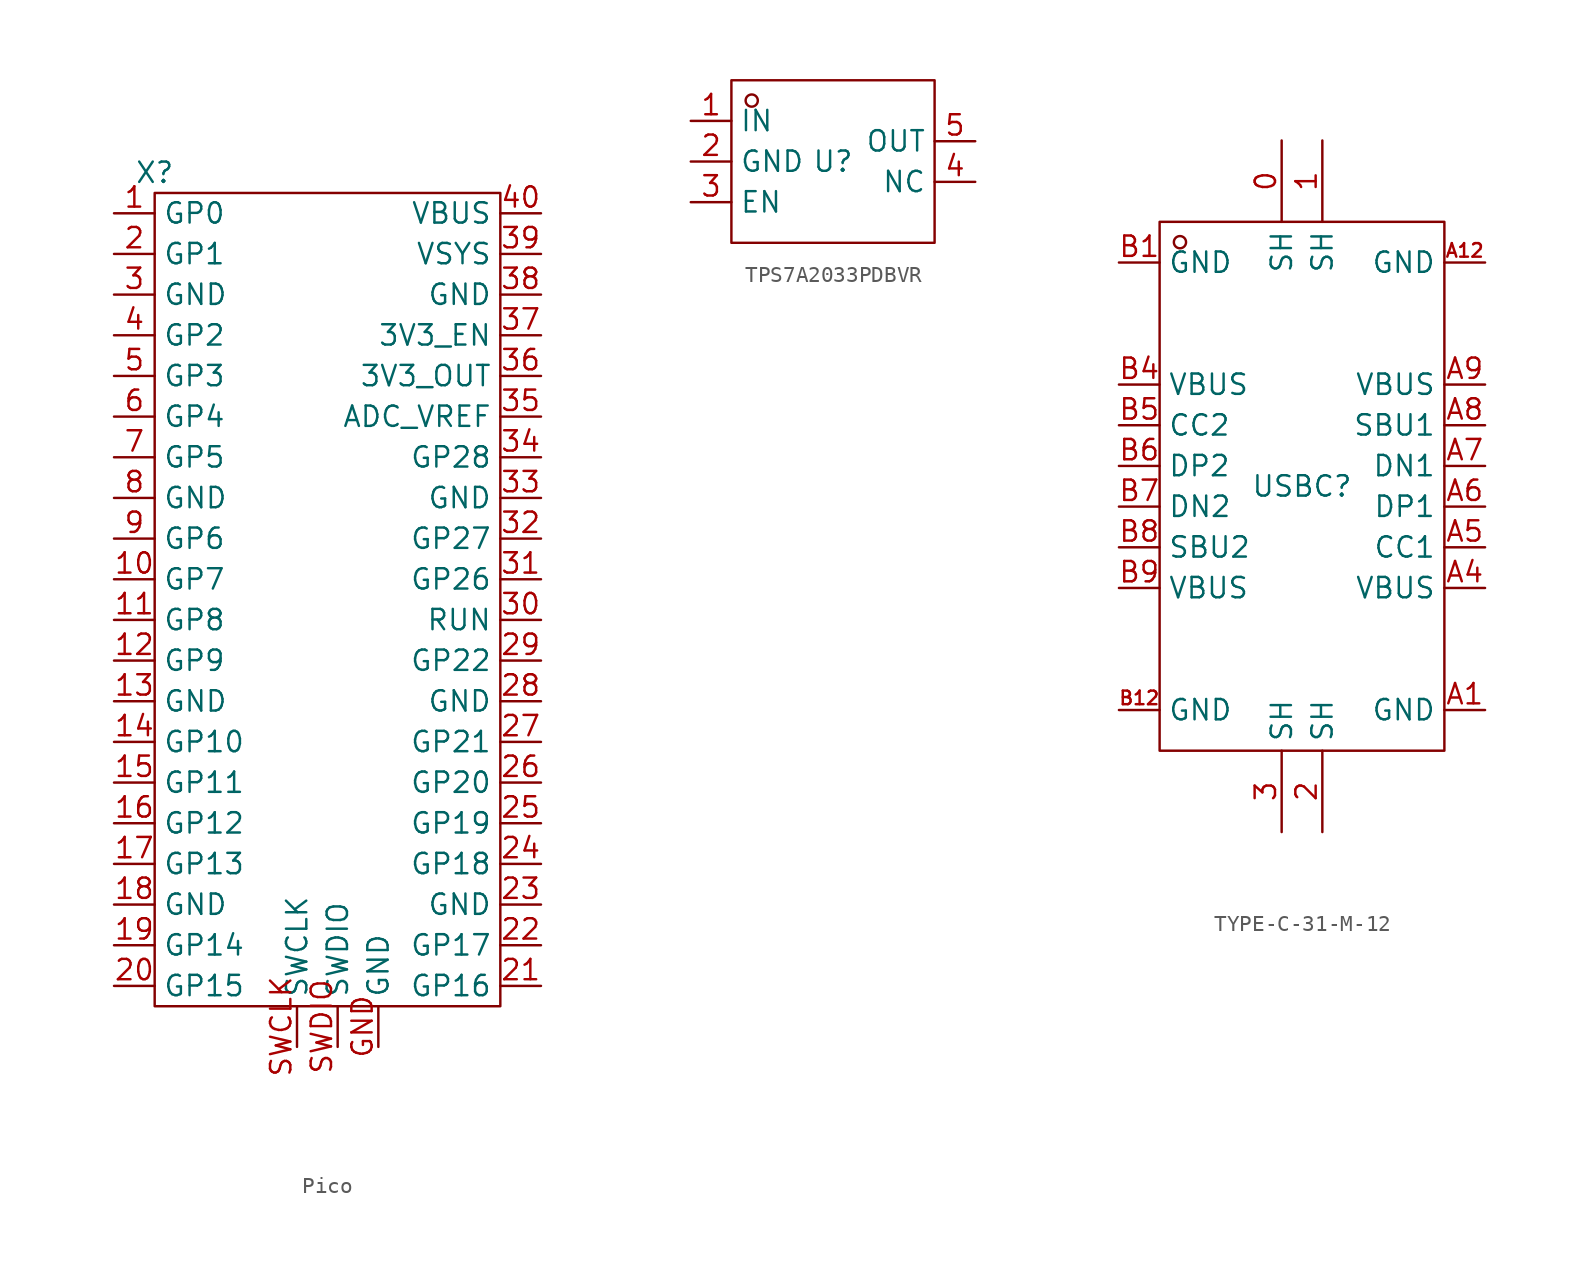
<source format=kicad_sym>
(kicad_symbol_lib
  (version 20241209)
  (generator "kicad_symbol_editor")
  (generator_version "9.0")
  (symbol "Pico"
    (property "Reference" "X"
      (at 0 0 0)
      (effects (font (size 1.27 1.27))))
    (property "Value" ""
      (at 0 0 0)
      (effects (font (size 1.27 1.27))))
    (symbol "Pico_0_1"
      (rectangle (start 0 -1.27) (end 21.59 -52.07) (stroke (width 0) (type default)) (fill (type none))))
    (symbol "Pico_1_1"
      (pin input line (at -2.54 -2.54 0) (length 2.54) (name "GP0" (effects (font (size 1.27 1.27)))) (number "1" (effects (font (size 1.27 1.27)))))
      (pin input line (at -2.54 -5.08 0) (length 2.54) (name "GP1" (effects (font (size 1.27 1.27)))) (number "2" (effects (font (size 1.27 1.27)))))
      (pin input line (at -2.54 -7.62 0) (length 2.54) (name "GND" (effects (font (size 1.27 1.27)))) (number "3" (effects (font (size 1.27 1.27)))))
      (pin input line (at -2.54 -10.16 0) (length 2.54) (name "GP2" (effects (font (size 1.27 1.27)))) (number "4" (effects (font (size 1.27 1.27)))))
      (pin input line (at -2.54 -12.7 0) (length 2.54) (name "GP3" (effects (font (size 1.27 1.27)))) (number "5" (effects (font (size 1.27 1.27)))))
      (pin input line (at -2.54 -15.24 0) (length 2.54) (name "GP4" (effects (font (size 1.27 1.27)))) (number "6" (effects (font (size 1.27 1.27)))))
      (pin input line (at -2.54 -17.78 0) (length 2.54) (name "GP5" (effects (font (size 1.27 1.27)))) (number "7" (effects (font (size 1.27 1.27)))))
      (pin input line (at -2.54 -20.32 0) (length 2.54) (name "GND" (effects (font (size 1.27 1.27)))) (number "8" (effects (font (size 1.27 1.27)))))
      (pin input line (at -2.54 -22.86 0) (length 2.54) (name "GP6" (effects (font (size 1.27 1.27)))) (number "9" (effects (font (size 1.27 1.27)))))
      (pin input line (at -2.54 -25.4 0) (length 2.54) (name "GP7" (effects (font (size 1.27 1.27)))) (number "10" (effects (font (size 1.27 1.27)))))
      (pin input line (at -2.54 -27.94 0) (length 2.54) (name "GP8" (effects (font (size 1.27 1.27)))) (number "11" (effects (font (size 1.27 1.27)))))
      (pin input line (at -2.54 -30.48 0) (length 2.54) (name "GP9" (effects (font (size 1.27 1.27)))) (number "12" (effects (font (size 1.27 1.27)))))
      (pin input line (at -2.54 -33.02 0) (length 2.54) (name "GND" (effects (font (size 1.27 1.27)))) (number "13" (effects (font (size 1.27 1.27)))))
      (pin input line (at -2.54 -35.56 0) (length 2.54) (name "GP10" (effects (font (size 1.27 1.27)))) (number "14" (effects (font (size 1.27 1.27)))))
      (pin input line (at -2.54 -38.1 0) (length 2.54) (name "GP11" (effects (font (size 1.27 1.27)))) (number "15" (effects (font (size 1.27 1.27)))))
      (pin input line (at -2.54 -40.64 0) (length 2.54) (name "GP12" (effects (font (size 1.27 1.27)))) (number "16" (effects (font (size 1.27 1.27)))))
      (pin input line (at -2.54 -43.18 0) (length 2.54) (name "GP13" (effects (font (size 1.27 1.27)))) (number "17" (effects (font (size 1.27 1.27)))))
      (pin input line (at -2.54 -45.72 0) (length 2.54) (name "GND" (effects (font (size 1.27 1.27)))) (number "18" (effects (font (size 1.27 1.27)))))
      (pin input line (at -2.54 -48.26 0) (length 2.54) (name "GP14" (effects (font (size 1.27 1.27)))) (number "19" (effects (font (size 1.27 1.27)))))
      (pin input line (at -2.54 -50.8 0) (length 2.54) (name "GP15" (effects (font (size 1.27 1.27)))) (number "20" (effects (font (size 1.27 1.27)))))
      (pin input line (at 8.89 -54.61 90) (length 2.54) (name "SWCLK" (effects (font (size 1.27 1.27)))) (number "SWCLK" (effects (font (size 1.27 1.27)))))
      (pin input line (at 11.43 -54.61 90) (length 2.54) (name "SWDIO" (effects (font (size 1.27 1.27)))) (number "SWDIO" (effects (font (size 1.27 1.27)))))
      (pin input line (at 13.97 -54.61 90) (length 2.54) (name "GND" (effects (font (size 1.27 1.27)))) (number "GND" (effects (font (size 1.27 1.27)))))
      (pin input line (at 24.13 -2.54 180) (length 2.54) (name "VBUS" (effects (font (size 1.27 1.27)))) (number "40" (effects (font (size 1.27 1.27)))))
      (pin input line (at 24.13 -5.08 180) (length 2.54) (name "VSYS" (effects (font (size 1.27 1.27)))) (number "39" (effects (font (size 1.27 1.27)))))
      (pin input line (at 24.13 -7.62 180) (length 2.54) (name "GND" (effects (font (size 1.27 1.27)))) (number "38" (effects (font (size 1.27 1.27)))))
      (pin input line (at 24.13 -10.16 180) (length 2.54) (name "3V3_EN" (effects (font (size 1.27 1.27)))) (number "37" (effects (font (size 1.27 1.27)))))
      (pin input line (at 24.13 -12.7 180) (length 2.54) (name "3V3_OUT" (effects (font (size 1.27 1.27)))) (number "36" (effects (font (size 1.27 1.27)))))
      (pin input line (at 24.13 -15.24 180) (length 2.54) (name "ADC_VREF" (effects (font (size 1.27 1.27)))) (number "35" (effects (font (size 1.27 1.27)))))
      (pin input line (at 24.13 -17.78 180) (length 2.54) (name "GP28" (effects (font (size 1.27 1.27)))) (number "34" (effects (font (size 1.27 1.27)))))
      (pin input line (at 24.13 -20.32 180) (length 2.54) (name "GND" (effects (font (size 1.27 1.27)))) (number "33" (effects (font (size 1.27 1.27)))))
      (pin input line (at 24.13 -22.86 180) (length 2.54) (name "GP27" (effects (font (size 1.27 1.27)))) (number "32" (effects (font (size 1.27 1.27)))))
      (pin input line (at 24.13 -25.4 180) (length 2.54) (name "GP26" (effects (font (size 1.27 1.27)))) (number "31" (effects (font (size 1.27 1.27)))))
      (pin input line (at 24.13 -27.94 180) (length 2.54) (name "RUN" (effects (font (size 1.27 1.27)))) (number "30" (effects (font (size 1.27 1.27)))))
      (pin input line (at 24.13 -30.48 180) (length 2.54) (name "GP22" (effects (font (size 1.27 1.27)))) (number "29" (effects (font (size 1.27 1.27)))))
      (pin input line (at 24.13 -33.02 180) (length 2.54) (name "GND" (effects (font (size 1.27 1.27)))) (number "28" (effects (font (size 1.27 1.27)))))
      (pin input line (at 24.13 -35.56 180) (length 2.54) (name "GP21" (effects (font (size 1.27 1.27)))) (number "27" (effects (font (size 1.27 1.27)))))
      (pin input line (at 24.13 -38.1 180) (length 2.54) (name "GP20" (effects (font (size 1.27 1.27)))) (number "26" (effects (font (size 1.27 1.27)))))
      (pin input line (at 24.13 -40.64 180) (length 2.54) (name "GP19" (effects (font (size 1.27 1.27)))) (number "25" (effects (font (size 1.27 1.27)))))
      (pin input line (at 24.13 -43.18 180) (length 2.54) (name "GP18" (effects (font (size 1.27 1.27)))) (number "24" (effects (font (size 1.27 1.27)))))
      (pin input line (at 24.13 -45.72 180) (length 2.54) (name "GND" (effects (font (size 1.27 1.27)))) (number "23" (effects (font (size 1.27 1.27)))))
      (pin input line (at 24.13 -48.26 180) (length 2.54) (name "GP17" (effects (font (size 1.27 1.27)))) (number "22" (effects (font (size 1.27 1.27)))))
      (pin input line (at 24.13 -50.8 180) (length 2.54) (name "GP16" (effects (font (size 1.27 1.27)))) (number "21" (effects (font (size 1.27 1.27)))))))
  (symbol "TPS7A2033PDBVR"
    (property "Reference" "U"
      (at 0 0 0)
      (effects (font (size 1.27 1.27))))
    (property "Value" ""
      (at 0 0 0)
      (effects (font (size 1.27 1.27))))
    (symbol "TPS7A2033PDBVR_1_0"
      (rectangle (start -6.35 -5.08) (end 6.35 5.08) (stroke (width 0) (type default)) (fill (type none)))
      (circle (center -5.08 3.81) (radius 0.381) (stroke (width 0) (type default)) (fill (type none)))
      (pin unspecified line (at -8.89 2.54 0) (length 2.54) (name "IN" (effects (font (size 1.27 1.27)))) (number "1" (effects (font (size 1.27 1.27)))))
      (pin unspecified line (at -8.89 0 0) (length 2.54) (name "GND" (effects (font (size 1.27 1.27)))) (number "2" (effects (font (size 1.27 1.27)))))
      (pin unspecified line (at -8.89 -2.54 0) (length 2.54) (name "EN" (effects (font (size 1.27 1.27)))) (number "3" (effects (font (size 1.27 1.27)))))
      (pin unspecified line (at 8.89 1.27 180) (length 2.54) (name "OUT" (effects (font (size 1.27 1.27)))) (number "5" (effects (font (size 1.27 1.27)))))
      (pin unspecified line (at 8.89 -1.27 180) (length 2.54) (name "NC" (effects (font (size 1.27 1.27)))) (number "4" (effects (font (size 1.27 1.27)))))))
  (symbol "TYPE-C-31-M-12"
    (property "Reference" "USBC"
      (at 0 0 0)
      (effects (font (size 1.27 1.27))))
    (property "Value" ""
      (at 0 0 0)
      (effects (font (size 1.27 1.27))))
    (symbol "TYPE-C-31-M-12_1_0"
      (rectangle (start -8.89 -16.51) (end 8.89 16.51) (stroke (width 0) (type default)) (fill (type none)))
      (circle (center -7.62 15.24) (radius 0.381) (stroke (width 0) (type default)) (fill (type none)))
      (pin unspecified line (at -11.43 13.97 0) (length 2.54) (name "GND" (effects (font (size 1.27 1.27)))) (number "B1" (effects (font (size 1.27 1.27)))))
      (pin unspecified line (at -11.43 6.35 0) (length 2.54) (name "VBUS" (effects (font (size 1.27 1.27)))) (number "B4" (effects (font (size 1.27 1.27)))))
      (pin unspecified line (at -11.43 3.81 0) (length 2.54) (name "CC2" (effects (font (size 1.27 1.27)))) (number "B5" (effects (font (size 1.27 1.27)))))
      (pin unspecified line (at -11.43 1.27 0) (length 2.54) (name "DP2" (effects (font (size 1.27 1.27)))) (number "B6" (effects (font (size 1.27 1.27)))))
      (pin unspecified line (at -11.43 -1.27 0) (length 2.54) (name "DN2" (effects (font (size 1.27 1.27)))) (number "B7" (effects (font (size 1.27 1.27)))))
      (pin unspecified line (at -11.43 -3.81 0) (length 2.54) (name "SBU2" (effects (font (size 1.27 1.27)))) (number "B8" (effects (font (size 1.27 1.27)))))
      (pin unspecified line (at -11.43 -6.35 0) (length 2.54) (name "VBUS" (effects (font (size 1.27 1.27)))) (number "B9" (effects (font (size 1.27 1.27)))))
      (pin unspecified line (at -11.43 -13.97 0) (length 2.54) (name "GND" (effects (font (size 1.27 1.27)))) (number "B12" (effects (font (size 0.847 0.847)))))
      (pin unspecified line (at -1.27 21.59 270) (length 5.08) (name "SH" (effects (font (size 1.27 1.27)))) (number "0" (effects (font (size 1.27 1.27)))))
      (pin unspecified line (at -1.27 -21.59 90) (length 5.08) (name "SH" (effects (font (size 1.27 1.27)))) (number "3" (effects (font (size 1.27 1.27)))))
      (pin unspecified line (at 1.27 21.59 270) (length 5.08) (name "SH" (effects (font (size 1.27 1.27)))) (number "1" (effects (font (size 1.27 1.27)))))
      (pin unspecified line (at 1.27 -21.59 90) (length 5.08) (name "SH" (effects (font (size 1.27 1.27)))) (number "2" (effects (font (size 1.27 1.27)))))
      (pin unspecified line (at 11.43 13.97 180) (length 2.54) (name "GND" (effects (font (size 1.27 1.27)))) (number "A12" (effects (font (size 0.847 0.847)))))
      (pin unspecified line (at 11.43 6.35 180) (length 2.54) (name "VBUS" (effects (font (size 1.27 1.27)))) (number "A9" (effects (font (size 1.27 1.27)))))
      (pin unspecified line (at 11.43 3.81 180) (length 2.54) (name "SBU1" (effects (font (size 1.27 1.27)))) (number "A8" (effects (font (size 1.27 1.27)))))
      (pin unspecified line (at 11.43 1.27 180) (length 2.54) (name "DN1" (effects (font (size 1.27 1.27)))) (number "A7" (effects (font (size 1.27 1.27)))))
      (pin unspecified line (at 11.43 -1.27 180) (length 2.54) (name "DP1" (effects (font (size 1.27 1.27)))) (number "A6" (effects (font (size 1.27 1.27)))))
      (pin unspecified line (at 11.43 -3.81 180) (length 2.54) (name "CC1" (effects (font (size 1.27 1.27)))) (number "A5" (effects (font (size 1.27 1.27)))))
      (pin unspecified line (at 11.43 -6.35 180) (length 2.54) (name "VBUS" (effects (font (size 1.27 1.27)))) (number "A4" (effects (font (size 1.27 1.27)))))
      (pin unspecified line (at 11.43 -13.97 180) (length 2.54) (name "GND" (effects (font (size 1.27 1.27)))) (number "A1" (effects (font (size 1.27 1.27))))))))
</source>
